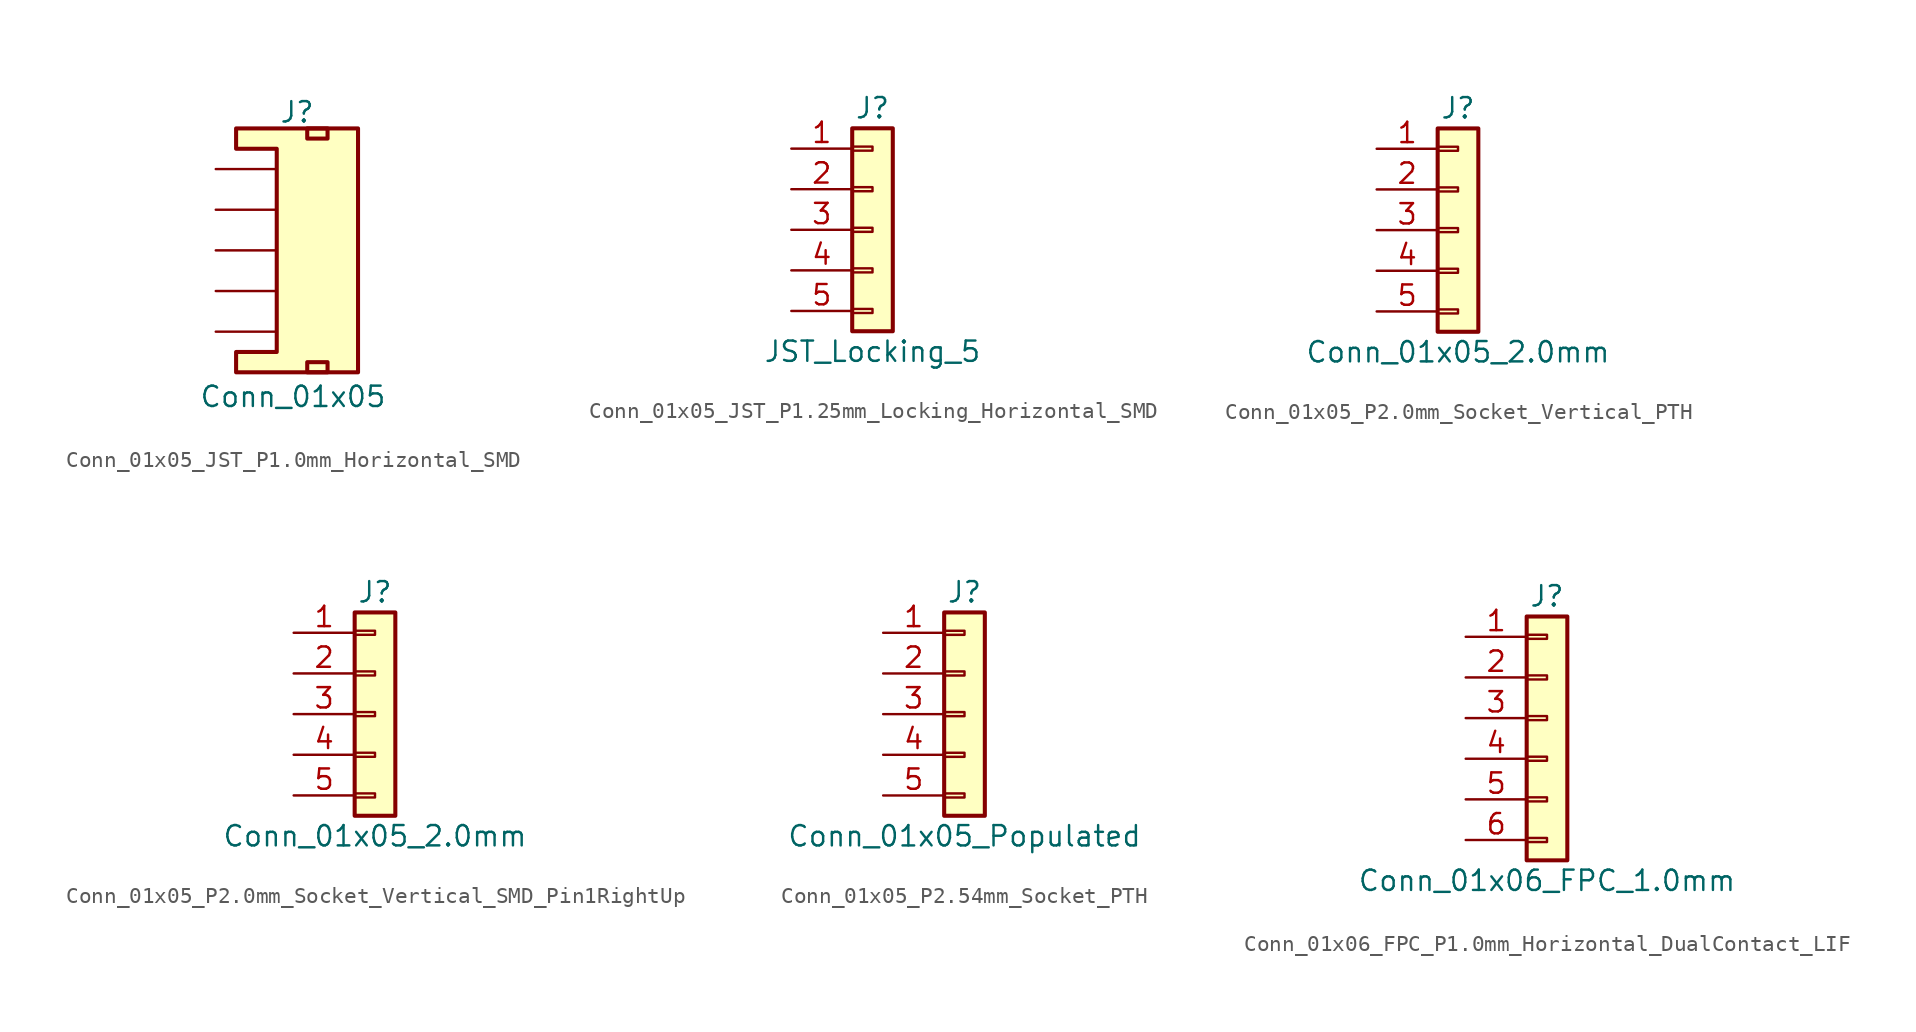
<source format=kicad_sym>
(kicad_symbol_lib
  (version 20241209)
  (generator "kicad_symbol_editor")
  (generator_version "9.0")
  (symbol "Conn_01x05_JST_P1.0mm_Horizontal_SMD"
    (pin_numbers
      (hide yes))
    (pin_names
      (offset 1.016)
      (hide yes))
    (property "Reference" "J"
      (at 0 8.636 0)
      (effects (font (size 1.27 1.27))))
    (property "Value" "Conn_01x05"
      (at -0.254 -9.144 0)
      (effects (font (size 1.27 1.27))))
    (symbol "Conn_01x05_JST_P1.0mm_Horizontal_SMD_1_1"
      (polyline (pts (xy -1.27 6.35) (xy -3.81 6.35) (xy -3.81 7.62) (xy 3.81 7.62) (xy 3.81 -7.62) (xy -3.81 -7.62) (xy -3.81 -6.35) (xy -1.27 -6.35) (xy -1.27 6.35)) (stroke (width 0.254) (type default)) (fill (type background)))
      (rectangle (start 0.635 7.62) (end 1.905 6.985) (stroke (width 0.254) (type default)) (fill (type none)))
      (rectangle (start 0.635 -6.985) (end 1.905 -7.62) (stroke (width 0.254) (type default)) (fill (type none)))
      (pin passive line (at -5.08 5.08 0) (length 3.81) (name "1" (effects (font (size 1.27 1.27)))) (number "1" (effects (font (size 1.27 1.27)))))
      (pin passive line (at -5.08 2.54 0) (length 3.81) (name "2" (effects (font (size 1.27 1.27)))) (number "2" (effects (font (size 1.27 1.27)))))
      (pin passive line (at -5.08 0 0) (length 3.81) (name "3" (effects (font (size 1.27 1.27)))) (number "3" (effects (font (size 1.27 1.27)))))
      (pin passive line (at -5.08 -2.54 0) (length 3.81) (name "4" (effects (font (size 1.27 1.27)))) (number "4" (effects (font (size 1.27 1.27)))))
      (pin passive line (at -5.08 -5.08 0) (length 3.81) (name "5" (effects (font (size 1.27 1.27)))) (number "5" (effects (font (size 1.27 1.27)))))))
  (symbol "Conn_01x05_JST_P1.25mm_Locking_Horizontal_SMD"
    (pin_names
      (offset 1.016)
      (hide yes))
    (property "Reference" "J"
      (at 0 7.62 0)
      (effects (font (size 1.27 1.27))))
    (property "Value" "JST_Locking_5"
      (at 0 -7.62 0)
      (effects (font (size 1.27 1.27))))
    (symbol "Conn_01x05_JST_P1.25mm_Locking_Horizontal_SMD_1_1"
      (rectangle (start -1.27 6.35) (end 1.27 -6.35) (stroke (width 0.254) (type default)) (fill (type background)))
      (rectangle (start -1.27 5.207) (end 0 4.953) (stroke (width 0.152) (type default)) (fill (type none)))
      (rectangle (start -1.27 2.667) (end 0 2.413) (stroke (width 0.152) (type default)) (fill (type none)))
      (rectangle (start -1.27 0.127) (end 0 -0.127) (stroke (width 0.152) (type default)) (fill (type none)))
      (rectangle (start -1.27 -2.413) (end 0 -2.667) (stroke (width 0.152) (type default)) (fill (type none)))
      (rectangle (start -1.27 -4.953) (end 0 -5.207) (stroke (width 0.152) (type default)) (fill (type none)))
      (pin passive line (at -5.08 5.08 0) (length 3.81) (name "Pin_1" (effects (font (size 1.27 1.27)))) (number "1" (effects (font (size 1.27 1.27)))))
      (pin passive line (at -5.08 2.54 0) (length 3.81) (name "Pin_2" (effects (font (size 1.27 1.27)))) (number "2" (effects (font (size 1.27 1.27)))))
      (pin passive line (at -5.08 0 0) (length 3.81) (name "Pin_3" (effects (font (size 1.27 1.27)))) (number "3" (effects (font (size 1.27 1.27)))))
      (pin passive line (at -5.08 -2.54 0) (length 3.81) (name "Pin_4" (effects (font (size 1.27 1.27)))) (number "4" (effects (font (size 1.27 1.27)))))
      (pin passive line (at -5.08 -5.08 0) (length 3.81) (name "Pin_5" (effects (font (size 1.27 1.27)))) (number "5" (effects (font (size 1.27 1.27)))))
      (pin no_connect line (at 3.81 -6.35 90) (length 5.08) (hide yes) (name "NC" (effects (font (size 1.27 1.27)))) (number "NC2" (effects (font (size 1.27 1.27)))))
      (pin no_connect line (at 6.35 -6.35 90) (length 5.08) (hide yes) (name "NC" (effects (font (size 1.27 1.27)))) (number "NC1" (effects (font (size 1.27 1.27)))))))
  (symbol "Conn_01x05_P2.0mm_Socket_Vertical_PTH"
    (pin_names
      (offset 1.016)
      (hide yes))
    (property "Reference" "J"
      (at 0 7.62 0)
      (effects (font (size 1.27 1.27))))
    (property "Value" "Conn_01x05_2.0mm"
      (at 0 -7.62 0)
      (effects (font (size 1.27 1.27))))
    (symbol "Conn_01x05_P2.0mm_Socket_Vertical_PTH_1_1"
      (rectangle (start -1.27 6.35) (end 1.27 -6.35) (stroke (width 0.254) (type default)) (fill (type background)))
      (rectangle (start -1.27 5.207) (end 0 4.953) (stroke (width 0.152) (type default)) (fill (type none)))
      (rectangle (start -1.27 2.667) (end 0 2.413) (stroke (width 0.152) (type default)) (fill (type none)))
      (rectangle (start -1.27 0.127) (end 0 -0.127) (stroke (width 0.152) (type default)) (fill (type none)))
      (rectangle (start -1.27 -2.413) (end 0 -2.667) (stroke (width 0.152) (type default)) (fill (type none)))
      (rectangle (start -1.27 -4.953) (end 0 -5.207) (stroke (width 0.152) (type default)) (fill (type none)))
      (pin passive line (at -5.08 5.08 0) (length 3.81) (name "Pin_1" (effects (font (size 1.27 1.27)))) (number "1" (effects (font (size 1.27 1.27)))))
      (pin passive line (at -5.08 2.54 0) (length 3.81) (name "Pin_2" (effects (font (size 1.27 1.27)))) (number "2" (effects (font (size 1.27 1.27)))))
      (pin passive line (at -5.08 0 0) (length 3.81) (name "Pin_3" (effects (font (size 1.27 1.27)))) (number "3" (effects (font (size 1.27 1.27)))))
      (pin passive line (at -5.08 -2.54 0) (length 3.81) (name "Pin_4" (effects (font (size 1.27 1.27)))) (number "4" (effects (font (size 1.27 1.27)))))
      (pin passive line (at -5.08 -5.08 0) (length 3.81) (name "Pin_5" (effects (font (size 1.27 1.27)))) (number "5" (effects (font (size 1.27 1.27)))))))
  (symbol "Conn_01x05_P2.0mm_Socket_Vertical_SMD_Pin1RightUp"
    (pin_names
      (offset 1.016)
      (hide yes))
    (property "Reference" "J"
      (at 0 7.62 0)
      (effects (font (size 1.27 1.27))))
    (property "Value" "Conn_01x05_2.0mm"
      (at 0 -7.62 0)
      (effects (font (size 1.27 1.27))))
    (symbol "Conn_01x05_P2.0mm_Socket_Vertical_SMD_Pin1RightUp_1_1"
      (rectangle (start -1.27 6.35) (end 1.27 -6.35) (stroke (width 0.254) (type default)) (fill (type background)))
      (rectangle (start -1.27 5.207) (end 0 4.953) (stroke (width 0.152) (type default)) (fill (type none)))
      (rectangle (start -1.27 2.667) (end 0 2.413) (stroke (width 0.152) (type default)) (fill (type none)))
      (rectangle (start -1.27 0.127) (end 0 -0.127) (stroke (width 0.152) (type default)) (fill (type none)))
      (rectangle (start -1.27 -2.413) (end 0 -2.667) (stroke (width 0.152) (type default)) (fill (type none)))
      (rectangle (start -1.27 -4.953) (end 0 -5.207) (stroke (width 0.152) (type default)) (fill (type none)))
      (pin passive line (at -5.08 5.08 0) (length 3.81) (name "Pin_1" (effects (font (size 1.27 1.27)))) (number "1" (effects (font (size 1.27 1.27)))))
      (pin passive line (at -5.08 2.54 0) (length 3.81) (name "Pin_2" (effects (font (size 1.27 1.27)))) (number "2" (effects (font (size 1.27 1.27)))))
      (pin passive line (at -5.08 0 0) (length 3.81) (name "Pin_3" (effects (font (size 1.27 1.27)))) (number "3" (effects (font (size 1.27 1.27)))))
      (pin passive line (at -5.08 -2.54 0) (length 3.81) (name "Pin_4" (effects (font (size 1.27 1.27)))) (number "4" (effects (font (size 1.27 1.27)))))
      (pin passive line (at -5.08 -5.08 0) (length 3.81) (name "Pin_5" (effects (font (size 1.27 1.27)))) (number "5" (effects (font (size 1.27 1.27)))))))
  (symbol "Conn_01x05_P2.54mm_Socket_PTH"
    (pin_names
      (offset 1.016)
      (hide yes))
    (property "Reference" "J"
      (at 0 7.62 0)
      (effects (font (size 1.27 1.27))))
    (property "Value" "Conn_01x05_Populated"
      (at 0 -7.62 0)
      (effects (font (size 1.27 1.27))))
    (symbol "Conn_01x05_P2.54mm_Socket_PTH_1_1"
      (rectangle (start -1.27 6.35) (end 1.27 -6.35) (stroke (width 0.254) (type default)) (fill (type background)))
      (rectangle (start -1.27 5.207) (end 0 4.953) (stroke (width 0.152) (type default)) (fill (type none)))
      (rectangle (start -1.27 2.667) (end 0 2.413) (stroke (width 0.152) (type default)) (fill (type none)))
      (rectangle (start -1.27 0.127) (end 0 -0.127) (stroke (width 0.152) (type default)) (fill (type none)))
      (rectangle (start -1.27 -2.413) (end 0 -2.667) (stroke (width 0.152) (type default)) (fill (type none)))
      (rectangle (start -1.27 -4.953) (end 0 -5.207) (stroke (width 0.152) (type default)) (fill (type none)))
      (pin passive line (at -5.08 5.08 0) (length 3.81) (name "Pin_1" (effects (font (size 1.27 1.27)))) (number "1" (effects (font (size 1.27 1.27)))))
      (pin passive line (at -5.08 2.54 0) (length 3.81) (name "Pin_2" (effects (font (size 1.27 1.27)))) (number "2" (effects (font (size 1.27 1.27)))))
      (pin passive line (at -5.08 0 0) (length 3.81) (name "Pin_3" (effects (font (size 1.27 1.27)))) (number "3" (effects (font (size 1.27 1.27)))))
      (pin passive line (at -5.08 -2.54 0) (length 3.81) (name "Pin_4" (effects (font (size 1.27 1.27)))) (number "4" (effects (font (size 1.27 1.27)))))
      (pin passive line (at -5.08 -5.08 0) (length 3.81) (name "Pin_5" (effects (font (size 1.27 1.27)))) (number "5" (effects (font (size 1.27 1.27)))))))
  (symbol "Conn_01x06_FPC_P1.0mm_Horizontal_DualContact_LIF"
    (pin_names
      (offset 1.016)
      (hide yes))
    (property "Reference" "J"
      (at 0 7.62 0)
      (effects (font (size 1.27 1.27))))
    (property "Value" "Conn_01x06_FPC_1.0mm"
      (at 0 -10.16 0)
      (effects (font (size 1.27 1.27))))
    (symbol "Conn_01x06_FPC_P1.0mm_Horizontal_DualContact_LIF_1_1"
      (rectangle (start -1.27 6.35) (end 1.27 -8.89) (stroke (width 0.254) (type default)) (fill (type background)))
      (rectangle (start -1.27 5.207) (end 0 4.953) (stroke (width 0.152) (type default)) (fill (type none)))
      (rectangle (start -1.27 2.667) (end 0 2.413) (stroke (width 0.152) (type default)) (fill (type none)))
      (rectangle (start -1.27 0.127) (end 0 -0.127) (stroke (width 0.152) (type default)) (fill (type none)))
      (rectangle (start -1.27 -2.413) (end 0 -2.667) (stroke (width 0.152) (type default)) (fill (type none)))
      (rectangle (start -1.27 -4.953) (end 0 -5.207) (stroke (width 0.152) (type default)) (fill (type none)))
      (rectangle (start -1.27 -7.493) (end 0 -7.747) (stroke (width 0.152) (type default)) (fill (type none)))
      (pin passive line (at -5.08 5.08 0) (length 3.81) (name "Pin_1" (effects (font (size 1.27 1.27)))) (number "1" (effects (font (size 1.27 1.27)))))
      (pin passive line (at -5.08 2.54 0) (length 3.81) (name "Pin_2" (effects (font (size 1.27 1.27)))) (number "2" (effects (font (size 1.27 1.27)))))
      (pin passive line (at -5.08 0 0) (length 3.81) (name "Pin_3" (effects (font (size 1.27 1.27)))) (number "3" (effects (font (size 1.27 1.27)))))
      (pin passive line (at -5.08 -2.54 0) (length 3.81) (name "Pin_4" (effects (font (size 1.27 1.27)))) (number "4" (effects (font (size 1.27 1.27)))))
      (pin passive line (at -5.08 -5.08 0) (length 3.81) (name "Pin_5" (effects (font (size 1.27 1.27)))) (number "5" (effects (font (size 1.27 1.27)))))
      (pin passive line (at -5.08 -7.62 0) (length 3.81) (name "Pin_6" (effects (font (size 1.27 1.27)))) (number "6" (effects (font (size 1.27 1.27))))))))
</source>
